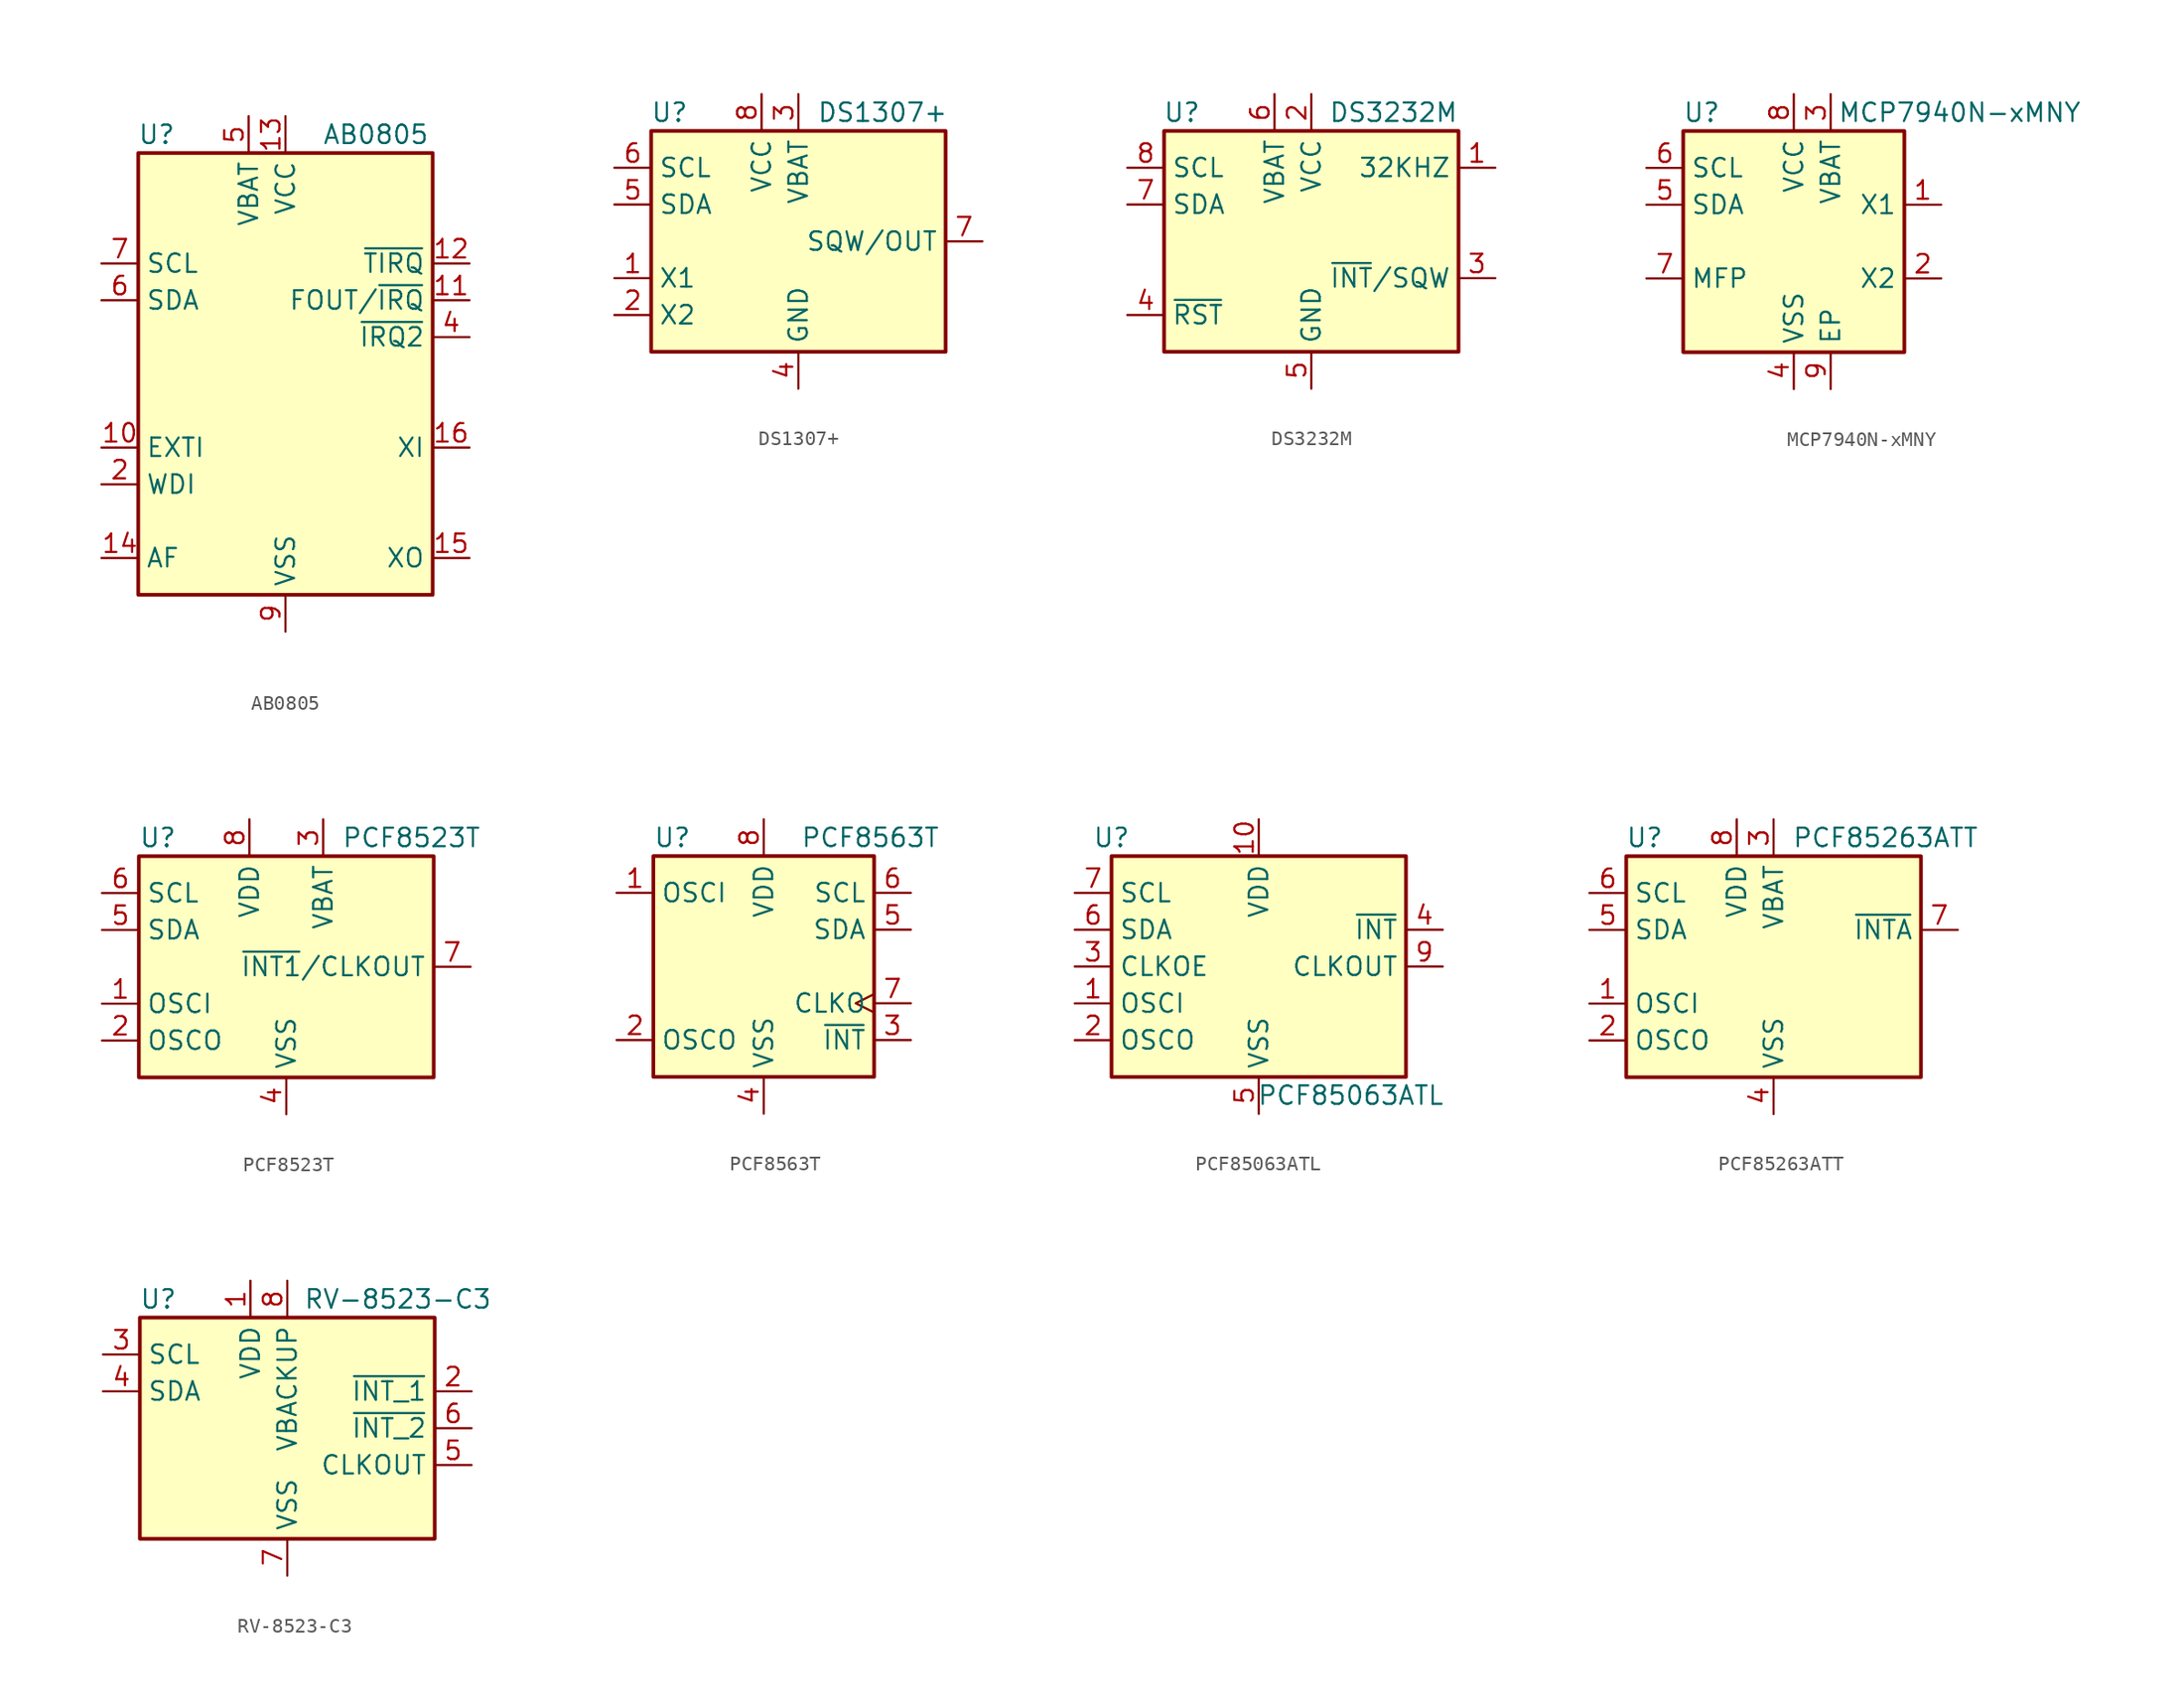
<source format=kicad_sym>
(kicad_symbol_lib
  (version 20211014)
  (generator kicad_symbol_editor)
  (symbol "AB0805"
    (property "Reference" "U"
      (at -8.89 16.51 0)
      (effects (font (size 1.27 1.27))))
    (property "Value" "AB0805"
      (at 2.54 16.51 0)
      (effects (font (size 1.27 1.27)) (justify left)))
    (symbol "AB0805_0_1"
      (rectangle (start -10.16 15.24) (end 10.16 -15.24) (stroke (width 0.254) (type default) (color 0 0 0 0)) (fill (type background))))
    (symbol "AB0805_1_1"
      (pin no_connect line (at -10.16 -2.54 0) (length 2.54) hide (name "NC" (effects (font (size 1.27 1.27)))) (number "1" (effects (font (size 1.27 1.27)))))
      (pin input line (at -12.7 -5.08 0) (length 2.54) (name "EXTI" (effects (font (size 1.27 1.27)))) (number "10" (effects (font (size 1.27 1.27)))))
      (pin open_collector line (at 12.7 5.08 180) (length 2.54) (name "FOUT/~{IRQ}" (effects (font (size 1.27 1.27)))) (number "11" (effects (font (size 1.27 1.27)))))
      (pin open_collector line (at 12.7 7.62 180) (length 2.54) (name "~{TIRQ}" (effects (font (size 1.27 1.27)))) (number "12" (effects (font (size 1.27 1.27)))))
      (pin power_in line (at 0 17.78 270) (length 2.54) (name "VCC" (effects (font (size 1.27 1.27)))) (number "13" (effects (font (size 1.27 1.27)))))
      (pin passive line (at -12.7 -12.7 0) (length 2.54) (name "AF" (effects (font (size 1.27 1.27)))) (number "14" (effects (font (size 1.27 1.27)))))
      (pin output line (at 12.7 -12.7 180) (length 2.54) (name "XO" (effects (font (size 1.27 1.27)))) (number "15" (effects (font (size 1.27 1.27)))))
      (pin input line (at 12.7 -5.08 180) (length 2.54) (name "XI" (effects (font (size 1.27 1.27)))) (number "16" (effects (font (size 1.27 1.27)))))
      (pin passive line (at 0 -17.78 90) (length 2.54) hide (name "VSS" (effects (font (size 1.27 1.27)))) (number "17" (effects (font (size 1.27 1.27)))))
      (pin input line (at -12.7 -7.62 0) (length 2.54) (name "WDI" (effects (font (size 1.27 1.27)))) (number "2" (effects (font (size 1.27 1.27)))))
      (pin no_connect line (at -10.16 -10.16 0) (length 2.54) hide (name "NC" (effects (font (size 1.27 1.27)))) (number "3" (effects (font (size 1.27 1.27)))))
      (pin open_collector line (at 12.7 2.54 180) (length 2.54) (name "~{IRQ2}" (effects (font (size 1.27 1.27)))) (number "4" (effects (font (size 1.27 1.27)))))
      (pin power_in line (at -2.54 17.78 270) (length 2.54) (name "VBAT" (effects (font (size 1.27 1.27)))) (number "5" (effects (font (size 1.27 1.27)))))
      (pin bidirectional line (at -12.7 5.08 0) (length 2.54) (name "SDA" (effects (font (size 1.27 1.27)))) (number "6" (effects (font (size 1.27 1.27)))))
      (pin input line (at -12.7 7.62 0) (length 2.54) (name "SCL" (effects (font (size 1.27 1.27)))) (number "7" (effects (font (size 1.27 1.27)))))
      (pin no_connect line (at 10.16 0 180) (length 2.54) hide (name "NC" (effects (font (size 1.27 1.27)))) (number "8" (effects (font (size 1.27 1.27)))))
      (pin power_in line (at 0 -17.78 90) (length 2.54) (name "VSS" (effects (font (size 1.27 1.27)))) (number "9" (effects (font (size 1.27 1.27)))))))
  (symbol "DS1307+"
    (property "Reference" "U"
      (at -8.89 8.89 0)
      (effects (font (size 1.27 1.27))))
    (property "Value" "DS1307+"
      (at 1.27 8.89 0)
      (effects (font (size 1.27 1.27)) (justify left)))
    (symbol "DS1307+_0_1"
      (rectangle (start -10.16 7.62) (end 10.16 -7.62) (stroke (width 0.254) (type default) (color 0 0 0 0)) (fill (type background))))
    (symbol "DS1307+_1_1"
      (pin input line (at -12.7 -2.54 0) (length 2.54) (name "X1" (effects (font (size 1.27 1.27)))) (number "1" (effects (font (size 1.27 1.27)))))
      (pin input line (at -12.7 -5.08 0) (length 2.54) (name "X2" (effects (font (size 1.27 1.27)))) (number "2" (effects (font (size 1.27 1.27)))))
      (pin power_in line (at 0 10.16 270) (length 2.54) (name "VBAT" (effects (font (size 1.27 1.27)))) (number "3" (effects (font (size 1.27 1.27)))))
      (pin power_in line (at 0 -10.16 90) (length 2.54) (name "GND" (effects (font (size 1.27 1.27)))) (number "4" (effects (font (size 1.27 1.27)))))
      (pin bidirectional line (at -12.7 2.54 0) (length 2.54) (name "SDA" (effects (font (size 1.27 1.27)))) (number "5" (effects (font (size 1.27 1.27)))))
      (pin input line (at -12.7 5.08 0) (length 2.54) (name "SCL" (effects (font (size 1.27 1.27)))) (number "6" (effects (font (size 1.27 1.27)))))
      (pin open_collector line (at 12.7 0 180) (length 2.54) (name "SQW/OUT" (effects (font (size 1.27 1.27)))) (number "7" (effects (font (size 1.27 1.27)))))
      (pin power_in line (at -2.54 10.16 270) (length 2.54) (name "VCC" (effects (font (size 1.27 1.27)))) (number "8" (effects (font (size 1.27 1.27)))))))
  (symbol "DS3232M"
    (property "Reference" "U"
      (at -7.62 8.89 0)
      (effects (font (size 1.27 1.27)) (justify right)))
    (property "Value" "DS3232M"
      (at 10.16 8.89 0)
      (effects (font (size 1.27 1.27)) (justify right)))
    (symbol "DS3232M_0_1"
      (rectangle (start -10.16 7.62) (end 10.16 -7.62) (stroke (width 0.254) (type default) (color 0 0 0 0)) (fill (type background))))
    (symbol "DS3232M_1_1"
      (pin output line (at 12.7 5.08 180) (length 2.54) (name "32KHZ" (effects (font (size 1.27 1.27)))) (number "1" (effects (font (size 1.27 1.27)))))
      (pin power_in line (at 0 10.16 270) (length 2.54) (name "VCC" (effects (font (size 1.27 1.27)))) (number "2" (effects (font (size 1.27 1.27)))))
      (pin open_collector line (at 12.7 -2.54 180) (length 2.54) (name "~{INT}/SQW" (effects (font (size 1.27 1.27)))) (number "3" (effects (font (size 1.27 1.27)))))
      (pin bidirectional line (at -12.7 -5.08 0) (length 2.54) (name "~{RST}" (effects (font (size 1.27 1.27)))) (number "4" (effects (font (size 1.27 1.27)))))
      (pin power_in line (at 0 -10.16 90) (length 2.54) (name "GND" (effects (font (size 1.27 1.27)))) (number "5" (effects (font (size 1.27 1.27)))))
      (pin power_in line (at -2.54 10.16 270) (length 2.54) (name "VBAT" (effects (font (size 1.27 1.27)))) (number "6" (effects (font (size 1.27 1.27)))))
      (pin bidirectional line (at -12.7 2.54 0) (length 2.54) (name "SDA" (effects (font (size 1.27 1.27)))) (number "7" (effects (font (size 1.27 1.27)))))
      (pin input line (at -12.7 5.08 0) (length 2.54) (name "SCL" (effects (font (size 1.27 1.27)))) (number "8" (effects (font (size 1.27 1.27)))))))
  (symbol "MCP7940N-xMNY"
    (property "Reference" "U"
      (at -6.35 8.89 0)
      (effects (font (size 1.27 1.27))))
    (property "Value" "MCP7940N-xMNY"
      (at 11.43 8.89 0)
      (effects (font (size 1.27 1.27))))
    (symbol "MCP7940N-xMNY_0_1"
      (rectangle (start -7.62 7.62) (end 7.62 -7.62) (stroke (width 0.254) (type default) (color 0 0 0 0)) (fill (type background))))
    (symbol "MCP7940N-xMNY_1_1"
      (pin input line (at 10.16 2.54 180) (length 2.54) (name "X1" (effects (font (size 1.27 1.27)))) (number "1" (effects (font (size 1.27 1.27)))))
      (pin output line (at 10.16 -2.54 180) (length 2.54) (name "X2" (effects (font (size 1.27 1.27)))) (number "2" (effects (font (size 1.27 1.27)))))
      (pin power_in line (at 2.54 10.16 270) (length 2.54) (name "VBAT" (effects (font (size 1.27 1.27)))) (number "3" (effects (font (size 1.27 1.27)))))
      (pin power_in line (at 0 -10.16 90) (length 2.54) (name "VSS" (effects (font (size 1.27 1.27)))) (number "4" (effects (font (size 1.27 1.27)))))
      (pin bidirectional line (at -10.16 2.54 0) (length 2.54) (name "SDA" (effects (font (size 1.27 1.27)))) (number "5" (effects (font (size 1.27 1.27)))))
      (pin input line (at -10.16 5.08 0) (length 2.54) (name "SCL" (effects (font (size 1.27 1.27)))) (number "6" (effects (font (size 1.27 1.27)))))
      (pin open_collector line (at -10.16 -2.54 0) (length 2.54) (name "MFP" (effects (font (size 1.27 1.27)))) (number "7" (effects (font (size 1.27 1.27)))))
      (pin power_in line (at 0 10.16 270) (length 2.54) (name "VCC" (effects (font (size 1.27 1.27)))) (number "8" (effects (font (size 1.27 1.27)))))
      (pin power_in line (at 2.54 -10.16 90) (length 2.54) (name "EP" (effects (font (size 1.27 1.27)))) (number "9" (effects (font (size 1.27 1.27)))))))
  (symbol "PCF8523T"
    (property "Reference" "U"
      (at -10.16 8.89 0)
      (effects (font (size 1.27 1.27)) (justify left)))
    (property "Value" "PCF8523T"
      (at 3.81 8.89 0)
      (effects (font (size 1.27 1.27)) (justify left)))
    (symbol "PCF8523T_0_1"
      (rectangle (start -10.16 7.62) (end 10.16 -7.62) (stroke (width 0.254) (type default) (color 0 0 0 0)) (fill (type background))))
    (symbol "PCF8523T_1_1"
      (pin input line (at -12.7 -2.54 0) (length 2.54) (name "OSCI" (effects (font (size 1.27 1.27)))) (number "1" (effects (font (size 1.27 1.27)))))
      (pin output line (at -12.7 -5.08 0) (length 2.54) (name "OSCO" (effects (font (size 1.27 1.27)))) (number "2" (effects (font (size 1.27 1.27)))))
      (pin power_in line (at 2.54 10.16 270) (length 2.54) (name "VBAT" (effects (font (size 1.27 1.27)))) (number "3" (effects (font (size 1.27 1.27)))))
      (pin power_in line (at 0 -10.16 90) (length 2.54) (name "VSS" (effects (font (size 1.27 1.27)))) (number "4" (effects (font (size 1.27 1.27)))))
      (pin bidirectional line (at -12.7 2.54 0) (length 2.54) (name "SDA" (effects (font (size 1.27 1.27)))) (number "5" (effects (font (size 1.27 1.27)))))
      (pin input line (at -12.7 5.08 0) (length 2.54) (name "SCL" (effects (font (size 1.27 1.27)))) (number "6" (effects (font (size 1.27 1.27)))))
      (pin open_collector line (at 12.7 0 180) (length 2.54) (name "~{INT1}/CLKOUT" (effects (font (size 1.27 1.27)))) (number "7" (effects (font (size 1.27 1.27)))))
      (pin power_in line (at -2.54 10.16 270) (length 2.54) (name "VDD" (effects (font (size 1.27 1.27)))) (number "8" (effects (font (size 1.27 1.27)))))))
  (symbol "PCF8563T"
    (property "Reference" "U"
      (at -7.62 8.89 0)
      (effects (font (size 1.27 1.27)) (justify left)))
    (property "Value" "PCF8563T"
      (at 2.54 8.89 0)
      (effects (font (size 1.27 1.27)) (justify left)))
    (symbol "PCF8563T_0_1"
      (rectangle (start -7.62 7.62) (end 7.62 -7.62) (stroke (width 0.254) (type default) (color 0 0 0 0)) (fill (type background))))
    (symbol "PCF8563T_1_1"
      (pin input line (at -10.16 5.08 0) (length 2.54) (name "OSCI" (effects (font (size 1.27 1.27)))) (number "1" (effects (font (size 1.27 1.27)))))
      (pin output line (at -10.16 -5.08 0) (length 2.54) (name "OSCO" (effects (font (size 1.27 1.27)))) (number "2" (effects (font (size 1.27 1.27)))))
      (pin output line (at 10.16 -5.08 180) (length 2.54) (name "~{INT}" (effects (font (size 1.27 1.27)))) (number "3" (effects (font (size 1.27 1.27)))))
      (pin power_in line (at 0 -10.16 90) (length 2.54) (name "VSS" (effects (font (size 1.27 1.27)))) (number "4" (effects (font (size 1.27 1.27)))))
      (pin bidirectional line (at 10.16 2.54 180) (length 2.54) (name "SDA" (effects (font (size 1.27 1.27)))) (number "5" (effects (font (size 1.27 1.27)))))
      (pin input line (at 10.16 5.08 180) (length 2.54) (name "SCL" (effects (font (size 1.27 1.27)))) (number "6" (effects (font (size 1.27 1.27)))))
      (pin output clock (at 10.16 -2.54 180) (length 2.54) (name "CLKO" (effects (font (size 1.27 1.27)))) (number "7" (effects (font (size 1.27 1.27)))))
      (pin power_in line (at 0 10.16 270) (length 2.54) (name "VDD" (effects (font (size 1.27 1.27)))) (number "8" (effects (font (size 1.27 1.27)))))))
  (symbol "PCF85063ATL"
    (property "Reference" "U"
      (at -10.16 8.89 0)
      (effects (font (size 1.27 1.27))))
    (property "Value" "PCF85063ATL"
      (at 6.35 -8.89 0)
      (effects (font (size 1.27 1.27))))
    (symbol "PCF85063ATL_0_1"
      (rectangle (start -10.16 7.62) (end 10.16 -7.62) (stroke (width 0.254) (type default) (color 0 0 0 0)) (fill (type background))))
    (symbol "PCF85063ATL_1_1"
      (pin input line (at -12.7 -2.54 0) (length 2.54) (name "OSCI" (effects (font (size 1.27 1.27)))) (number "1" (effects (font (size 1.27 1.27)))))
      (pin power_in line (at 0 10.16 270) (length 2.54) (name "VDD" (effects (font (size 1.27 1.27)))) (number "10" (effects (font (size 1.27 1.27)))))
      (pin output line (at -12.7 -5.08 0) (length 2.54) (name "OSCO" (effects (font (size 1.27 1.27)))) (number "2" (effects (font (size 1.27 1.27)))))
      (pin input line (at -12.7 0 0) (length 2.54) (name "CLKOE" (effects (font (size 1.27 1.27)))) (number "3" (effects (font (size 1.27 1.27)))))
      (pin output line (at 12.7 2.54 180) (length 2.54) (name "~{INT}" (effects (font (size 1.27 1.27)))) (number "4" (effects (font (size 1.27 1.27)))))
      (pin power_in line (at 0 -10.16 90) (length 2.54) (name "VSS" (effects (font (size 1.27 1.27)))) (number "5" (effects (font (size 1.27 1.27)))))
      (pin bidirectional line (at -12.7 2.54 0) (length 2.54) (name "SDA" (effects (font (size 1.27 1.27)))) (number "6" (effects (font (size 1.27 1.27)))))
      (pin input line (at -12.7 5.08 0) (length 2.54) (name "SCL" (effects (font (size 1.27 1.27)))) (number "7" (effects (font (size 1.27 1.27)))))
      (pin no_connect line (at 10.16 5.08 180) (length 2.54) hide (name "NC" (effects (font (size 1.27 1.27)))) (number "8" (effects (font (size 1.27 1.27)))))
      (pin output line (at 12.7 0 180) (length 2.54) (name "CLKOUT" (effects (font (size 1.27 1.27)))) (number "9" (effects (font (size 1.27 1.27)))))))
  (symbol "PCF85263ATT"
    (property "Reference" "U"
      (at -8.89 8.89 0)
      (effects (font (size 1.27 1.27))))
    (property "Value" "PCF85263ATT"
      (at 1.27 8.89 0)
      (effects (font (size 1.27 1.27)) (justify left)))
    (symbol "PCF85263ATT_0_1"
      (rectangle (start -10.16 7.62) (end 10.16 -7.62) (stroke (width 0.254) (type default) (color 0 0 0 0)) (fill (type background))))
    (symbol "PCF85263ATT_1_1"
      (pin input line (at -12.7 -2.54 0) (length 2.54) (name "OSCI" (effects (font (size 1.27 1.27)))) (number "1" (effects (font (size 1.27 1.27)))))
      (pin output line (at -12.7 -5.08 0) (length 2.54) (name "OSCO" (effects (font (size 1.27 1.27)))) (number "2" (effects (font (size 1.27 1.27)))))
      (pin power_in line (at 0 10.16 270) (length 2.54) (name "VBAT" (effects (font (size 1.27 1.27)))) (number "3" (effects (font (size 1.27 1.27)))))
      (pin power_in line (at 0 -10.16 90) (length 2.54) (name "VSS" (effects (font (size 1.27 1.27)))) (number "4" (effects (font (size 1.27 1.27)))))
      (pin bidirectional line (at -12.7 2.54 0) (length 2.54) (name "SDA" (effects (font (size 1.27 1.27)))) (number "5" (effects (font (size 1.27 1.27)))))
      (pin input line (at -12.7 5.08 0) (length 2.54) (name "SCL" (effects (font (size 1.27 1.27)))) (number "6" (effects (font (size 1.27 1.27)))))
      (pin open_collector line (at 12.7 2.54 180) (length 2.54) (name "~{INTA}" (effects (font (size 1.27 1.27)))) (number "7" (effects (font (size 1.27 1.27)))))
      (pin power_in line (at -2.54 10.16 270) (length 2.54) (name "VDD" (effects (font (size 1.27 1.27)))) (number "8" (effects (font (size 1.27 1.27)))))))
  (symbol "RV-8523-C3"
    (property "Reference" "U"
      (at -8.89 8.89 0)
      (effects (font (size 1.27 1.27))))
    (property "Value" "RV-8523-C3"
      (at 7.62 8.89 0)
      (effects (font (size 1.27 1.27))))
    (symbol "RV-8523-C3_0_1"
      (rectangle (start 10.16 7.62) (end -10.16 -7.62) (stroke (width 0.254) (type default) (color 0 0 0 0)) (fill (type background))))
    (symbol "RV-8523-C3_1_1"
      (pin power_in line (at -2.54 10.16 270) (length 2.54) (name "VDD" (effects (font (size 1.27 1.27)))) (number "1" (effects (font (size 1.27 1.27)))))
      (pin no_connect line (at -10.16 -5.08 0) (length 2.54) hide (name "NC" (effects (font (size 1.27 1.27)))) (number "10" (effects (font (size 1.27 1.27)))))
      (pin open_collector line (at 12.7 2.54 180) (length 2.54) (name "~{INT_1}" (effects (font (size 1.27 1.27)))) (number "2" (effects (font (size 1.27 1.27)))))
      (pin input line (at -12.7 5.08 0) (length 2.54) (name "SCL" (effects (font (size 1.27 1.27)))) (number "3" (effects (font (size 1.27 1.27)))))
      (pin bidirectional line (at -12.7 2.54 0) (length 2.54) (name "SDA" (effects (font (size 1.27 1.27)))) (number "4" (effects (font (size 1.27 1.27)))))
      (pin open_collector line (at 12.7 -2.54 180) (length 2.54) (name "CLKOUT" (effects (font (size 1.27 1.27)))) (number "5" (effects (font (size 1.27 1.27)))))
      (pin open_collector line (at 12.7 0 180) (length 2.54) (name "~{INT_2}" (effects (font (size 1.27 1.27)))) (number "6" (effects (font (size 1.27 1.27)))))
      (pin power_in line (at 0 -10.16 90) (length 2.54) (name "VSS" (effects (font (size 1.27 1.27)))) (number "7" (effects (font (size 1.27 1.27)))))
      (pin power_in line (at 0 10.16 270) (length 2.54) (name "VBACKUP" (effects (font (size 1.27 1.27)))) (number "8" (effects (font (size 1.27 1.27)))))
      (pin no_connect line (at -10.16 -2.54 0) (length 2.54) hide (name "NC" (effects (font (size 1.27 1.27)))) (number "9" (effects (font (size 1.27 1.27))))))))
</source>
